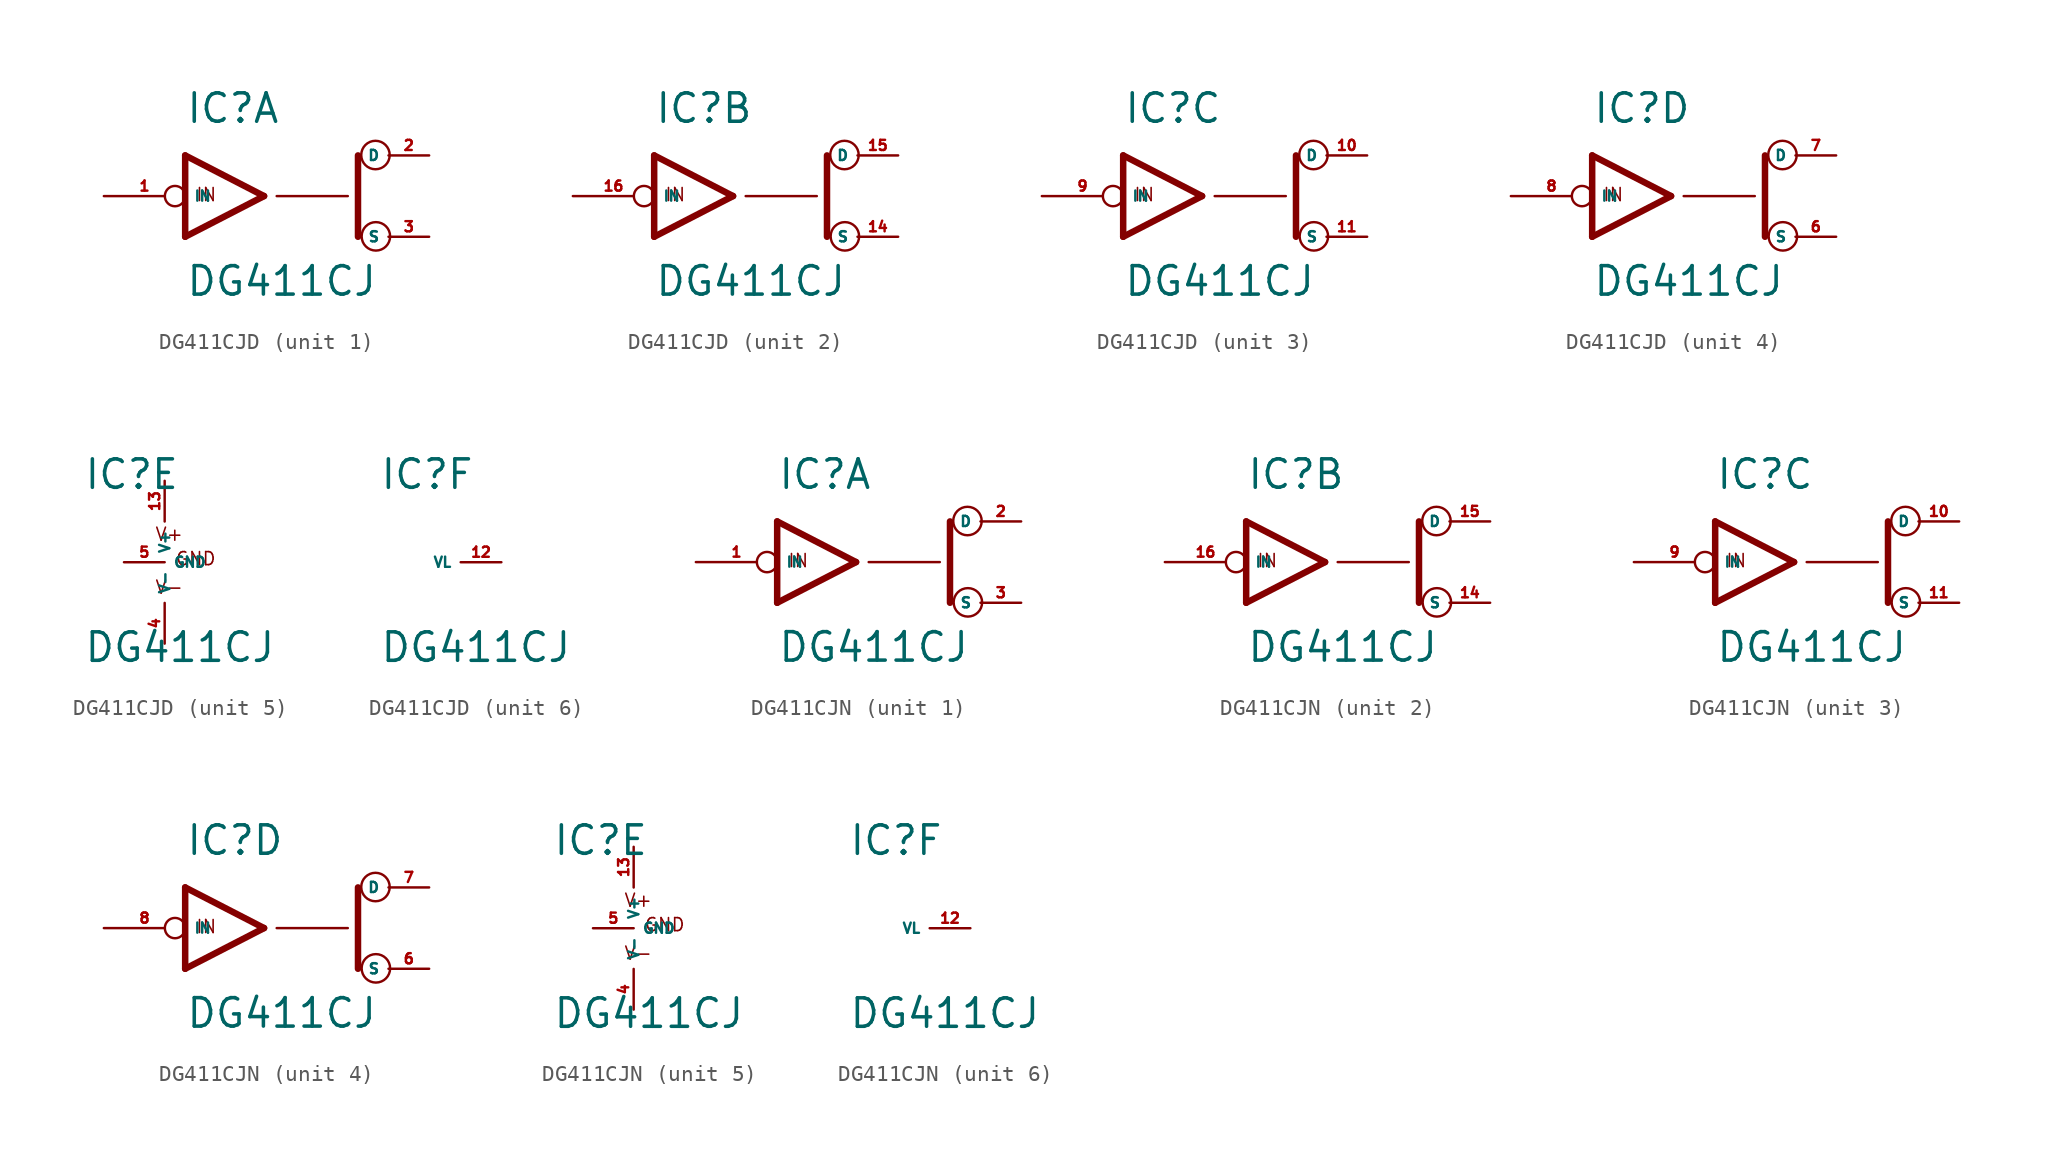
<source format=kicad_sym>
(kicad_symbol_lib
  (version 20220914)
  (generator Eagle2Kicad)
  (symbol "DG411CJD"
    (property "Reference" "IC"
      (at -5.08 4.445 0)
      (effects (font (size 1.778 1.778) (thickness 0.22)) (justify left bottom)))
    (property "Value" "DG411CJ"
      (at -5.08 -6.35 0)
      (effects (font (size 1.778 1.778) (thickness 0.22)) (justify left bottom)))
    (symbol "DG411CJD_1_0"
      (polyline (pts (xy -0.152 0) (xy -5.08 2.54)) (stroke (width 0.406) (type default)) (fill (type none)))
      (polyline (pts (xy -5.08 -2.54) (xy -0.152 0)) (stroke (width 0.406) (type default)) (fill (type none)))
      (polyline (pts (xy -5.08 2.54) (xy -5.08 -2.54)) (stroke (width 0.406) (type default)) (fill (type none)))
      (polyline (pts (xy 5.715 -2.54) (xy 5.715 2.54)) (stroke (width 0.406) (type default)) (fill (type none)))
      (polyline (pts (xy 0.635 0) (xy 5.08 0)) (stroke (width 0.152) (type default)) (fill (type none)))
      (text "IN" (at -4.445 -0.381 0) (effects (font (size 0.813 0.813) (thickness 0.10)) (justify left bottom)))
      (circle (center 6.833 -2.515) (radius 0.889) (stroke (width 0.152) (type default)) (fill (type none)))
      (circle (center 6.807 2.565) (radius 0.889) (stroke (width 0.152) (type default)) (fill (type none)))
      (pin bidirectional line (at 10.16 2.54 180) (length 2.54) (name "D" (effects (font (size 0.635 0.635) (thickness 0.08)) (justify left bottom))) (number "2" (effects (font (size 0.635 0.635) (thickness 0.08)) (justify left bottom))))
      (pin input inverted (at -10.16 0 0) (length 5.08) (name "IN" (effects (font (size 0.635 0.635) (thickness 0.08)) (justify left bottom))) (number "1" (effects (font (size 0.635 0.635) (thickness 0.08)) (justify left bottom))))
      (pin bidirectional line (at 10.16 -2.54 180) (length 2.54) (name "S" (effects (font (size 0.635 0.635) (thickness 0.08)) (justify left bottom))) (number "3" (effects (font (size 0.635 0.635) (thickness 0.08)) (justify left bottom)))))
    (symbol "DG411CJD_2_0"
      (polyline (pts (xy -0.152 0) (xy -5.08 2.54)) (stroke (width 0.406) (type default)) (fill (type none)))
      (polyline (pts (xy -5.08 -2.54) (xy -0.152 0)) (stroke (width 0.406) (type default)) (fill (type none)))
      (polyline (pts (xy -5.08 2.54) (xy -5.08 -2.54)) (stroke (width 0.406) (type default)) (fill (type none)))
      (polyline (pts (xy 5.715 -2.54) (xy 5.715 2.54)) (stroke (width 0.406) (type default)) (fill (type none)))
      (polyline (pts (xy 0.635 0) (xy 5.08 0)) (stroke (width 0.152) (type default)) (fill (type none)))
      (text "IN" (at -4.445 -0.381 0) (effects (font (size 0.813 0.813) (thickness 0.10)) (justify left bottom)))
      (circle (center 6.833 -2.515) (radius 0.889) (stroke (width 0.152) (type default)) (fill (type none)))
      (circle (center 6.807 2.565) (radius 0.889) (stroke (width 0.152) (type default)) (fill (type none)))
      (pin bidirectional line (at 10.16 2.54 180) (length 2.54) (name "D" (effects (font (size 0.635 0.635) (thickness 0.08)) (justify left bottom))) (number "15" (effects (font (size 0.635 0.635) (thickness 0.08)) (justify left bottom))))
      (pin input inverted (at -10.16 0 0) (length 5.08) (name "IN" (effects (font (size 0.635 0.635) (thickness 0.08)) (justify left bottom))) (number "16" (effects (font (size 0.635 0.635) (thickness 0.08)) (justify left bottom))))
      (pin bidirectional line (at 10.16 -2.54 180) (length 2.54) (name "S" (effects (font (size 0.635 0.635) (thickness 0.08)) (justify left bottom))) (number "14" (effects (font (size 0.635 0.635) (thickness 0.08)) (justify left bottom)))))
    (symbol "DG411CJD_3_0"
      (polyline (pts (xy -0.152 0) (xy -5.08 2.54)) (stroke (width 0.406) (type default)) (fill (type none)))
      (polyline (pts (xy -5.08 -2.54) (xy -0.152 0)) (stroke (width 0.406) (type default)) (fill (type none)))
      (polyline (pts (xy -5.08 2.54) (xy -5.08 -2.54)) (stroke (width 0.406) (type default)) (fill (type none)))
      (polyline (pts (xy 5.715 -2.54) (xy 5.715 2.54)) (stroke (width 0.406) (type default)) (fill (type none)))
      (polyline (pts (xy 0.635 0) (xy 5.08 0)) (stroke (width 0.152) (type default)) (fill (type none)))
      (text "IN" (at -4.445 -0.381 0) (effects (font (size 0.813 0.813) (thickness 0.10)) (justify left bottom)))
      (circle (center 6.833 -2.515) (radius 0.889) (stroke (width 0.152) (type default)) (fill (type none)))
      (circle (center 6.807 2.565) (radius 0.889) (stroke (width 0.152) (type default)) (fill (type none)))
      (pin bidirectional line (at 10.16 2.54 180) (length 2.54) (name "D" (effects (font (size 0.635 0.635) (thickness 0.08)) (justify left bottom))) (number "10" (effects (font (size 0.635 0.635) (thickness 0.08)) (justify left bottom))))
      (pin input inverted (at -10.16 0 0) (length 5.08) (name "IN" (effects (font (size 0.635 0.635) (thickness 0.08)) (justify left bottom))) (number "9" (effects (font (size 0.635 0.635) (thickness 0.08)) (justify left bottom))))
      (pin bidirectional line (at 10.16 -2.54 180) (length 2.54) (name "S" (effects (font (size 0.635 0.635) (thickness 0.08)) (justify left bottom))) (number "11" (effects (font (size 0.635 0.635) (thickness 0.08)) (justify left bottom)))))
    (symbol "DG411CJD_4_0"
      (polyline (pts (xy -0.152 0) (xy -5.08 2.54)) (stroke (width 0.406) (type default)) (fill (type none)))
      (polyline (pts (xy -5.08 -2.54) (xy -0.152 0)) (stroke (width 0.406) (type default)) (fill (type none)))
      (polyline (pts (xy -5.08 2.54) (xy -5.08 -2.54)) (stroke (width 0.406) (type default)) (fill (type none)))
      (polyline (pts (xy 5.715 -2.54) (xy 5.715 2.54)) (stroke (width 0.406) (type default)) (fill (type none)))
      (polyline (pts (xy 0.635 0) (xy 5.08 0)) (stroke (width 0.152) (type default)) (fill (type none)))
      (text "IN" (at -4.445 -0.381 0) (effects (font (size 0.813 0.813) (thickness 0.10)) (justify left bottom)))
      (circle (center 6.833 -2.515) (radius 0.889) (stroke (width 0.152) (type default)) (fill (type none)))
      (circle (center 6.807 2.565) (radius 0.889) (stroke (width 0.152) (type default)) (fill (type none)))
      (pin bidirectional line (at 10.16 2.54 180) (length 2.54) (name "D" (effects (font (size 0.635 0.635) (thickness 0.08)) (justify left bottom))) (number "7" (effects (font (size 0.635 0.635) (thickness 0.08)) (justify left bottom))))
      (pin input inverted (at -10.16 0 0) (length 5.08) (name "IN" (effects (font (size 0.635 0.635) (thickness 0.08)) (justify left bottom))) (number "8" (effects (font (size 0.635 0.635) (thickness 0.08)) (justify left bottom))))
      (pin bidirectional line (at 10.16 -2.54 180) (length 2.54) (name "S" (effects (font (size 0.635 0.635) (thickness 0.08)) (justify left bottom))) (number "6" (effects (font (size 0.635 0.635) (thickness 0.08)) (justify left bottom)))))
    (symbol "DG411CJD_5_0"
      (text "V+" (at -0.635 1.27 0) (effects (font (size 0.813 0.813) (thickness 0.10)) (justify left bottom)))
      (text "V-" (at -0.635 -2.032 0) (effects (font (size 0.813 0.813) (thickness 0.10)) (justify left bottom)))
      (text "GND" (at 0.635 -0.254 0) (effects (font (size 0.813 0.813) (thickness 0.10)) (justify left bottom)))
      (pin unspecified line (at 0 5.08 270) (length 2.54) (name "V+" (effects (font (size 0.635 0.635) (thickness 0.08)) (justify left bottom))) (number "13" (effects (font (size 0.635 0.635) (thickness 0.08)) (justify left bottom))))
      (pin unspecified line (at 0 -5.08 90) (length 2.54) (name "V-" (effects (font (size 0.635 0.635) (thickness 0.08)) (justify left bottom))) (number "4" (effects (font (size 0.635 0.635) (thickness 0.08)) (justify left bottom))))
      (pin unspecified line (at -2.54 0 0) (length 2.54) (name "GND" (effects (font (size 0.635 0.635) (thickness 0.08)) (justify left bottom))) (number "5" (effects (font (size 0.635 0.635) (thickness 0.08)) (justify left bottom)))))
    (symbol "DG411CJD_6_0"
      (pin input line (at 2.54 0 180) (length 2.54) (name "VL" (effects (font (size 0.635 0.635) (thickness 0.08)) (justify left bottom))) (number "12" (effects (font (size 0.635 0.635) (thickness 0.08)) (justify left bottom))))))
  (symbol "DG411CJN"
    (property "Reference" "IC"
      (at -5.08 4.445 0)
      (effects (font (size 1.778 1.778) (thickness 0.22)) (justify left bottom)))
    (property "Value" "DG411CJ"
      (at -5.08 -6.35 0)
      (effects (font (size 1.778 1.778) (thickness 0.22)) (justify left bottom)))
    (symbol "DG411CJN_1_0"
      (polyline (pts (xy -0.152 0) (xy -5.08 2.54)) (stroke (width 0.406) (type default)) (fill (type none)))
      (polyline (pts (xy -5.08 -2.54) (xy -0.152 0)) (stroke (width 0.406) (type default)) (fill (type none)))
      (polyline (pts (xy -5.08 2.54) (xy -5.08 -2.54)) (stroke (width 0.406) (type default)) (fill (type none)))
      (polyline (pts (xy 5.715 -2.54) (xy 5.715 2.54)) (stroke (width 0.406) (type default)) (fill (type none)))
      (polyline (pts (xy 0.635 0) (xy 5.08 0)) (stroke (width 0.152) (type default)) (fill (type none)))
      (text "IN" (at -4.445 -0.381 0) (effects (font (size 0.813 0.813) (thickness 0.10)) (justify left bottom)))
      (circle (center 6.833 -2.515) (radius 0.889) (stroke (width 0.152) (type default)) (fill (type none)))
      (circle (center 6.807 2.565) (radius 0.889) (stroke (width 0.152) (type default)) (fill (type none)))
      (pin bidirectional line (at 10.16 2.54 180) (length 2.54) (name "D" (effects (font (size 0.635 0.635) (thickness 0.08)) (justify left bottom))) (number "2" (effects (font (size 0.635 0.635) (thickness 0.08)) (justify left bottom))))
      (pin input inverted (at -10.16 0 0) (length 5.08) (name "IN" (effects (font (size 0.635 0.635) (thickness 0.08)) (justify left bottom))) (number "1" (effects (font (size 0.635 0.635) (thickness 0.08)) (justify left bottom))))
      (pin bidirectional line (at 10.16 -2.54 180) (length 2.54) (name "S" (effects (font (size 0.635 0.635) (thickness 0.08)) (justify left bottom))) (number "3" (effects (font (size 0.635 0.635) (thickness 0.08)) (justify left bottom)))))
    (symbol "DG411CJN_2_0"
      (polyline (pts (xy -0.152 0) (xy -5.08 2.54)) (stroke (width 0.406) (type default)) (fill (type none)))
      (polyline (pts (xy -5.08 -2.54) (xy -0.152 0)) (stroke (width 0.406) (type default)) (fill (type none)))
      (polyline (pts (xy -5.08 2.54) (xy -5.08 -2.54)) (stroke (width 0.406) (type default)) (fill (type none)))
      (polyline (pts (xy 5.715 -2.54) (xy 5.715 2.54)) (stroke (width 0.406) (type default)) (fill (type none)))
      (polyline (pts (xy 0.635 0) (xy 5.08 0)) (stroke (width 0.152) (type default)) (fill (type none)))
      (text "IN" (at -4.445 -0.381 0) (effects (font (size 0.813 0.813) (thickness 0.10)) (justify left bottom)))
      (circle (center 6.833 -2.515) (radius 0.889) (stroke (width 0.152) (type default)) (fill (type none)))
      (circle (center 6.807 2.565) (radius 0.889) (stroke (width 0.152) (type default)) (fill (type none)))
      (pin bidirectional line (at 10.16 2.54 180) (length 2.54) (name "D" (effects (font (size 0.635 0.635) (thickness 0.08)) (justify left bottom))) (number "15" (effects (font (size 0.635 0.635) (thickness 0.08)) (justify left bottom))))
      (pin input inverted (at -10.16 0 0) (length 5.08) (name "IN" (effects (font (size 0.635 0.635) (thickness 0.08)) (justify left bottom))) (number "16" (effects (font (size 0.635 0.635) (thickness 0.08)) (justify left bottom))))
      (pin bidirectional line (at 10.16 -2.54 180) (length 2.54) (name "S" (effects (font (size 0.635 0.635) (thickness 0.08)) (justify left bottom))) (number "14" (effects (font (size 0.635 0.635) (thickness 0.08)) (justify left bottom)))))
    (symbol "DG411CJN_3_0"
      (polyline (pts (xy -0.152 0) (xy -5.08 2.54)) (stroke (width 0.406) (type default)) (fill (type none)))
      (polyline (pts (xy -5.08 -2.54) (xy -0.152 0)) (stroke (width 0.406) (type default)) (fill (type none)))
      (polyline (pts (xy -5.08 2.54) (xy -5.08 -2.54)) (stroke (width 0.406) (type default)) (fill (type none)))
      (polyline (pts (xy 5.715 -2.54) (xy 5.715 2.54)) (stroke (width 0.406) (type default)) (fill (type none)))
      (polyline (pts (xy 0.635 0) (xy 5.08 0)) (stroke (width 0.152) (type default)) (fill (type none)))
      (text "IN" (at -4.445 -0.381 0) (effects (font (size 0.813 0.813) (thickness 0.10)) (justify left bottom)))
      (circle (center 6.833 -2.515) (radius 0.889) (stroke (width 0.152) (type default)) (fill (type none)))
      (circle (center 6.807 2.565) (radius 0.889) (stroke (width 0.152) (type default)) (fill (type none)))
      (pin bidirectional line (at 10.16 2.54 180) (length 2.54) (name "D" (effects (font (size 0.635 0.635) (thickness 0.08)) (justify left bottom))) (number "10" (effects (font (size 0.635 0.635) (thickness 0.08)) (justify left bottom))))
      (pin input inverted (at -10.16 0 0) (length 5.08) (name "IN" (effects (font (size 0.635 0.635) (thickness 0.08)) (justify left bottom))) (number "9" (effects (font (size 0.635 0.635) (thickness 0.08)) (justify left bottom))))
      (pin bidirectional line (at 10.16 -2.54 180) (length 2.54) (name "S" (effects (font (size 0.635 0.635) (thickness 0.08)) (justify left bottom))) (number "11" (effects (font (size 0.635 0.635) (thickness 0.08)) (justify left bottom)))))
    (symbol "DG411CJN_4_0"
      (polyline (pts (xy -0.152 0) (xy -5.08 2.54)) (stroke (width 0.406) (type default)) (fill (type none)))
      (polyline (pts (xy -5.08 -2.54) (xy -0.152 0)) (stroke (width 0.406) (type default)) (fill (type none)))
      (polyline (pts (xy -5.08 2.54) (xy -5.08 -2.54)) (stroke (width 0.406) (type default)) (fill (type none)))
      (polyline (pts (xy 5.715 -2.54) (xy 5.715 2.54)) (stroke (width 0.406) (type default)) (fill (type none)))
      (polyline (pts (xy 0.635 0) (xy 5.08 0)) (stroke (width 0.152) (type default)) (fill (type none)))
      (text "IN" (at -4.445 -0.381 0) (effects (font (size 0.813 0.813) (thickness 0.10)) (justify left bottom)))
      (circle (center 6.833 -2.515) (radius 0.889) (stroke (width 0.152) (type default)) (fill (type none)))
      (circle (center 6.807 2.565) (radius 0.889) (stroke (width 0.152) (type default)) (fill (type none)))
      (pin bidirectional line (at 10.16 2.54 180) (length 2.54) (name "D" (effects (font (size 0.635 0.635) (thickness 0.08)) (justify left bottom))) (number "7" (effects (font (size 0.635 0.635) (thickness 0.08)) (justify left bottom))))
      (pin input inverted (at -10.16 0 0) (length 5.08) (name "IN" (effects (font (size 0.635 0.635) (thickness 0.08)) (justify left bottom))) (number "8" (effects (font (size 0.635 0.635) (thickness 0.08)) (justify left bottom))))
      (pin bidirectional line (at 10.16 -2.54 180) (length 2.54) (name "S" (effects (font (size 0.635 0.635) (thickness 0.08)) (justify left bottom))) (number "6" (effects (font (size 0.635 0.635) (thickness 0.08)) (justify left bottom)))))
    (symbol "DG411CJN_5_0"
      (text "V+" (at -0.635 1.27 0) (effects (font (size 0.813 0.813) (thickness 0.10)) (justify left bottom)))
      (text "V-" (at -0.635 -2.032 0) (effects (font (size 0.813 0.813) (thickness 0.10)) (justify left bottom)))
      (text "GND" (at 0.635 -0.254 0) (effects (font (size 0.813 0.813) (thickness 0.10)) (justify left bottom)))
      (pin unspecified line (at 0 5.08 270) (length 2.54) (name "V+" (effects (font (size 0.635 0.635) (thickness 0.08)) (justify left bottom))) (number "13" (effects (font (size 0.635 0.635) (thickness 0.08)) (justify left bottom))))
      (pin unspecified line (at 0 -5.08 90) (length 2.54) (name "V-" (effects (font (size 0.635 0.635) (thickness 0.08)) (justify left bottom))) (number "4" (effects (font (size 0.635 0.635) (thickness 0.08)) (justify left bottom))))
      (pin unspecified line (at -2.54 0 0) (length 2.54) (name "GND" (effects (font (size 0.635 0.635) (thickness 0.08)) (justify left bottom))) (number "5" (effects (font (size 0.635 0.635) (thickness 0.08)) (justify left bottom)))))
    (symbol "DG411CJN_6_0"
      (pin input line (at 2.54 0 180) (length 2.54) (name "VL" (effects (font (size 0.635 0.635) (thickness 0.08)) (justify left bottom))) (number "12" (effects (font (size 0.635 0.635) (thickness 0.08)) (justify left bottom)))))))
</source>
